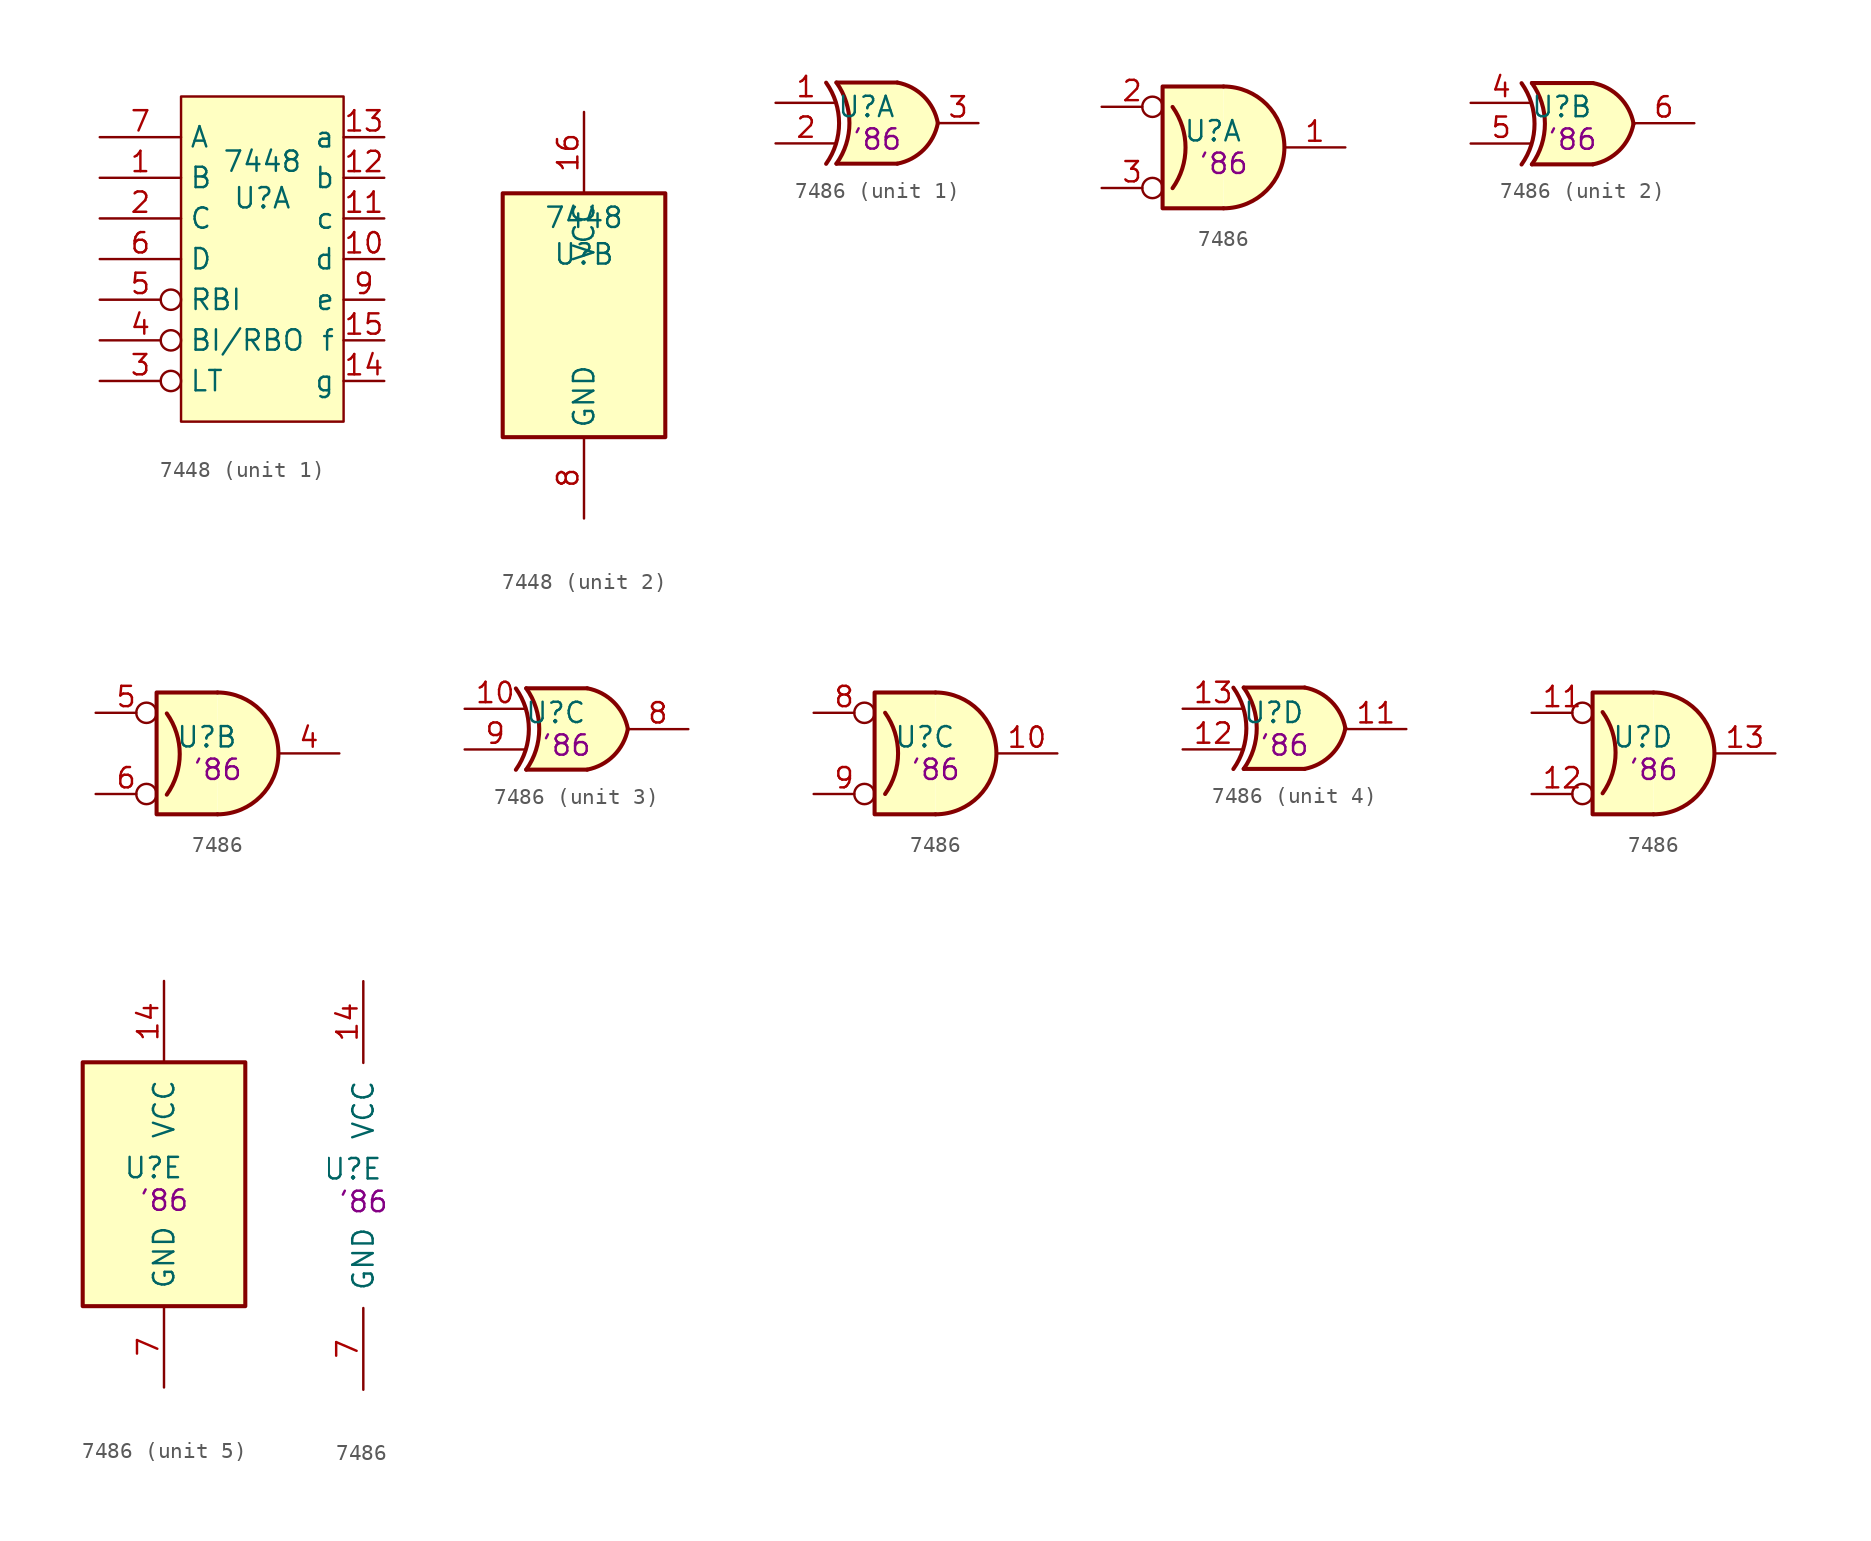
<source format=kicad_sym>
(kicad_symbol_lib
  (version 20241209)
  (generator "kicad_symbol_editor")
  (generator_version "9.0")
  (symbol "7448"
    (property "Reference" "U"
      (at 0 3.81 0)
      (effects (font (size 1.27 1.27))))
    (property "Value" "7448"
      (at 0 6.096 0)
      (effects (font (size 1.27 1.27))))
    (property "ki_locked" ""
      (at 0 0 0)
      (effects (font (size 1.27 1.27))))
    (symbol "7448_1_1"
      (rectangle (start -5.08 10.16) (end 5.08 -10.16) (stroke (width 0) (type default)) (fill (type background)))
      (pin input line (at -10.16 7.62 0) (length 5.08) (name "A" (effects (font (size 1.27 1.27)))) (number "7" (effects (font (size 1.27 1.27)))))
      (pin input line (at -10.16 5.08 0) (length 5.08) (name "B" (effects (font (size 1.27 1.27)))) (number "1" (effects (font (size 1.27 1.27)))))
      (pin input line (at -10.16 2.54 0) (length 5.08) (name "C" (effects (font (size 1.27 1.27)))) (number "2" (effects (font (size 1.27 1.27)))))
      (pin input line (at -10.16 0 0) (length 5.08) (name "D" (effects (font (size 1.27 1.27)))) (number "6" (effects (font (size 1.27 1.27)))))
      (pin input inverted (at -10.16 -2.54 0) (length 5.08) (name "RBI" (effects (font (size 1.27 1.27)))) (number "5" (effects (font (size 1.27 1.27)))))
      (pin bidirectional inverted (at -10.16 -5.08 0) (length 5.08) (name "BI/RBO" (effects (font (size 1.27 1.27)))) (number "4" (effects (font (size 1.27 1.27)))))
      (pin bidirectional inverted (at -10.16 -7.62 0) (length 5.08) (name "LT" (effects (font (size 1.27 1.27)))) (number "3" (effects (font (size 1.27 1.27)))))
      (pin output line (at 7.62 7.62 180) (length 2.54) (name "a" (effects (font (size 1.27 1.27)))) (number "13" (effects (font (size 1.27 1.27)))))
      (pin output line (at 7.62 5.08 180) (length 2.54) (name "b" (effects (font (size 1.27 1.27)))) (number "12" (effects (font (size 1.27 1.27)))))
      (pin output line (at 7.62 2.54 180) (length 2.54) (name "c" (effects (font (size 1.27 1.27)))) (number "11" (effects (font (size 1.27 1.27)))))
      (pin output line (at 7.62 0 180) (length 2.54) (name "d" (effects (font (size 1.27 1.27)))) (number "10" (effects (font (size 1.27 1.27)))))
      (pin output line (at 7.62 -2.54 180) (length 2.54) (name "e" (effects (font (size 1.27 1.27)))) (number "9" (effects (font (size 1.27 1.27)))))
      (pin output line (at 7.62 -5.08 180) (length 2.54) (name "f" (effects (font (size 1.27 1.27)))) (number "15" (effects (font (size 1.27 1.27)))))
      (pin output line (at 7.62 -7.62 180) (length 2.54) (name "g" (effects (font (size 1.27 1.27)))) (number "14" (effects (font (size 1.27 1.27))))))
    (symbol "7448_2_0"
      (pin power_in line (at 0 12.7 270) (length 5.08) (name "VCC" (effects (font (size 1.27 1.27)))) (number "16" (effects (font (size 1.27 1.27)))))
      (pin power_in line (at 0 -12.7 90) (length 5.08) (name "GND" (effects (font (size 1.27 1.27)))) (number "8" (effects (font (size 1.27 1.27))))))
    (symbol "7448_2_1"
      (rectangle (start -5.08 7.62) (end 5.08 -7.62) (stroke (width 0.254) (type default)) (fill (type background)))))
  (symbol "7486"
    (pin_names
      (offset 1.016))
    (property "Reference" "U"
      (at -0.667 1.02 0)
      (effects (font (size 1.27 1.27))))
    (property "Val" "'86"
      (at 0 -1.016 0)
      (effects (font (size 1.27 1.27))))
    (property "ki_locked" ""
      (at 0 0 0)
      (effects (font (size 1.27 1.27))))
    (symbol "7486_1_0"
      (arc (start -3.1855 2.5309) (mid -2.3746 -0.0091) (end -3.1855 -2.5491) (stroke (width 0.254) (type default)) (fill (type none))))
    (symbol "7486_1_1"
      (arc (start -2.54 2.54) (mid -1.726 0) (end -2.54 -2.54) (stroke (width 0.254) (type default)) (fill (type none)))
      (polyline (pts (xy -2.54 2.54) (xy 1.27 2.54)) (stroke (width 0.254) (type default)) (fill (type background)))
      (polyline (pts (xy -2.54 2.54) (xy 1.27 2.54) (xy 1.27 -2.54) (xy -2.54 -2.54) (xy -1.893 -1.262) (xy -1.679 -0.002) (xy -1.917 1.329) (xy -2.54 2.54)) (stroke (width -0.0001) (type default)) (fill (type background)))
      (polyline (pts (xy -2.54 -2.54) (xy 1.27 -2.54)) (stroke (width 0.254) (type default)) (fill (type background)))
      (arc (start 3.81 0) (mid 2.9302 -1.6602) (end 1.27 -2.54) (stroke (width 0.254) (type default)) (fill (type background)))
      (arc (start 1.27 2.54) (mid 2.9351 1.6651) (end 3.81 0) (stroke (width 0.254) (type default)) (fill (type background)))
      (pin input line (at -6.35 1.27 0) (length 3.81) (name "~" (effects (font (size 1.27 1.27)))) (number "1" (effects (font (size 1.27 1.27)))))
      (pin input line (at -6.35 -1.27 0) (length 3.81) (name "~" (effects (font (size 1.27 1.27)))) (number "2" (effects (font (size 1.27 1.27)))))
      (pin output line (at 6.35 0 180) (length 2.54) (name "~" (effects (font (size 1.27 1.27)))) (number "3" (effects (font (size 1.27 1.27))))))
    (symbol "7486_1_2"
      (arc (start 0 3.81) (mid 3.7934 0) (end 0 -3.81) (stroke (width 0.254) (type default)) (fill (type background)))
      (polyline (pts (xy 0 3.81) (xy -3.81 3.81) (xy -3.81 -3.81) (xy 0 -3.81)) (stroke (width 0.254) (type default)) (fill (type background)))
      (pin input inverted (at -7.62 2.54 0) (length 3.81) (name "~" (effects (font (size 1.27 1.27)))) (number "2" (effects (font (size 1.27 1.27)))))
      (pin input inverted (at -7.62 -2.54 0) (length 3.81) (name "~" (effects (font (size 1.27 1.27)))) (number "3" (effects (font (size 1.27 1.27)))))
      (pin output line (at 7.62 0 180) (length 3.81) (name "~" (effects (font (size 1.27 1.27)))) (number "1" (effects (font (size 1.27 1.27))))))
    (symbol "7486_2_0"
      (arc (start -3.1721 2.4996) (mid -2.3612 -0.0404) (end -3.1721 -2.5804) (stroke (width 0.254) (type default)) (fill (type none))))
    (symbol "7486_2_1"
      (arc (start -2.5266 2.5087) (mid -1.7126 -0.0313) (end -2.5266 -2.5713) (stroke (width 0.254) (type default)) (fill (type none)))
      (polyline (pts (xy -2.527 2.509) (xy 1.283 2.509)) (stroke (width 0.254) (type default)) (fill (type background)))
      (polyline (pts (xy -2.527 2.509) (xy 1.283 2.509) (xy 1.283 -2.571) (xy -2.527 -2.571) (xy -1.88 -1.293) (xy -1.666 -0.033) (xy -1.904 1.298) (xy -2.527 2.509)) (stroke (width -0.0001) (type default)) (fill (type background)))
      (polyline (pts (xy -2.527 -2.571) (xy 1.283 -2.571)) (stroke (width 0.254) (type default)) (fill (type background)))
      (arc (start 3.8234 -0.0313) (mid 2.9436 -1.6915) (end 1.2834 -2.5713) (stroke (width 0.254) (type default)) (fill (type background)))
      (arc (start 1.2834 2.5087) (mid 2.9486 1.6339) (end 3.8234 -0.0313) (stroke (width 0.254) (type default)) (fill (type background)))
      (pin input line (at -6.35 1.27 0) (length 3.81) (name "~" (effects (font (size 1.27 1.27)))) (number "4" (effects (font (size 1.27 1.27)))))
      (pin input line (at -6.35 -1.27 0) (length 3.81) (name "~" (effects (font (size 1.27 1.27)))) (number "5" (effects (font (size 1.27 1.27)))))
      (pin output line (at 7.62 0 180) (length 3.81) (name "~" (effects (font (size 1.27 1.27)))) (number "6" (effects (font (size 1.27 1.27))))))
    (symbol "7486_2_2"
      (arc (start 0 3.81) (mid 3.7934 0) (end 0 -3.81) (stroke (width 0.254) (type default)) (fill (type background)))
      (polyline (pts (xy 0 3.81) (xy -3.81 3.81) (xy -3.81 -3.81) (xy 0 -3.81)) (stroke (width 0.254) (type default)) (fill (type background)))
      (pin input inverted (at -7.62 2.54 0) (length 3.81) (name "~" (effects (font (size 1.27 1.27)))) (number "5" (effects (font (size 1.27 1.27)))))
      (pin input inverted (at -7.62 -2.54 0) (length 3.81) (name "~" (effects (font (size 1.27 1.27)))) (number "6" (effects (font (size 1.27 1.27)))))
      (pin output line (at 7.62 0 180) (length 3.81) (name "~" (effects (font (size 1.27 1.27)))) (number "4" (effects (font (size 1.27 1.27))))))
    (symbol "7486_3_0"
      (arc (start -3.1519 2.5411) (mid -2.341 0.0011) (end -3.1519 -2.5389) (stroke (width 0.254) (type default)) (fill (type none))))
    (symbol "7486_3_1"
      (arc (start -2.5064 2.5502) (mid -1.6924 0.0102) (end -2.5064 -2.5298) (stroke (width 0.254) (type default)) (fill (type none)))
      (polyline (pts (xy -2.506 2.55) (xy 1.304 2.55)) (stroke (width 0.254) (type default)) (fill (type background)))
      (polyline (pts (xy -2.506 2.55) (xy 1.304 2.55) (xy 1.304 -2.53) (xy -2.506 -2.53) (xy -1.86 -1.251) (xy -1.646 0.008) (xy -1.883 1.339) (xy -2.506 2.55)) (stroke (width -0.0001) (type default)) (fill (type background)))
      (polyline (pts (xy -2.506 -2.53) (xy 1.304 -2.53)) (stroke (width 0.254) (type default)) (fill (type background)))
      (arc (start 3.8436 0.0102) (mid 2.9638 -1.6499) (end 1.3036 -2.5298) (stroke (width 0.254) (type default)) (fill (type background)))
      (arc (start 1.3036 2.5502) (mid 2.9687 1.6753) (end 3.8436 0.0102) (stroke (width 0.254) (type default)) (fill (type background)))
      (pin input line (at -6.35 1.27 0) (length 3.81) (name "~" (effects (font (size 1.27 1.27)))) (number "10" (effects (font (size 1.27 1.27)))))
      (pin input line (at -6.35 -1.27 0) (length 3.81) (name "~" (effects (font (size 1.27 1.27)))) (number "9" (effects (font (size 1.27 1.27)))))
      (pin output line (at 7.62 0 180) (length 3.81) (name "~" (effects (font (size 1.27 1.27)))) (number "8" (effects (font (size 1.27 1.27))))))
    (symbol "7486_3_2"
      (arc (start 0 3.81) (mid 3.7934 0) (end 0 -3.81) (stroke (width 0.254) (type default)) (fill (type background)))
      (polyline (pts (xy 0 3.81) (xy -3.81 3.81) (xy -3.81 -3.81) (xy 0 -3.81)) (stroke (width 0.254) (type default)) (fill (type background)))
      (pin input inverted (at -7.62 2.54 0) (length 3.81) (name "~" (effects (font (size 1.27 1.27)))) (number "8" (effects (font (size 1.27 1.27)))))
      (pin input inverted (at -7.62 -2.54 0) (length 3.81) (name "~" (effects (font (size 1.27 1.27)))) (number "9" (effects (font (size 1.27 1.27)))))
      (pin output line (at 7.62 0 180) (length 3.81) (name "~" (effects (font (size 1.27 1.27)))) (number "10" (effects (font (size 1.27 1.27))))))
    (symbol "7486_4_0"
      (arc (start -3.1832 2.5838) (mid -2.3723 0.0438) (end -3.1832 -2.4962) (stroke (width 0.254) (type default)) (fill (type none))))
    (symbol "7486_4_1"
      (arc (start -2.5377 2.5929) (mid -1.7237 0.0529) (end -2.5377 -2.4871) (stroke (width 0.254) (type default)) (fill (type none)))
      (polyline (pts (xy -2.538 2.593) (xy 1.272 2.593)) (stroke (width 0.254) (type default)) (fill (type background)))
      (polyline (pts (xy -2.538 2.593) (xy 1.272 2.593) (xy 1.272 -2.487) (xy -2.538 -2.487) (xy -1.891 -1.209) (xy -1.677 0.051) (xy -1.915 1.382) (xy -2.538 2.593)) (stroke (width -0.0001) (type default)) (fill (type background)))
      (polyline (pts (xy -2.538 -2.487) (xy 1.272 -2.487)) (stroke (width 0.254) (type default)) (fill (type background)))
      (arc (start 3.8123 0.0529) (mid 2.9325 -1.6073) (end 1.2723 -2.4871) (stroke (width 0.254) (type default)) (fill (type background)))
      (arc (start 1.2723 2.5929) (mid 2.9374 1.718) (end 3.8123 0.0529) (stroke (width 0.254) (type default)) (fill (type background)))
      (pin input line (at -6.35 1.27 0) (length 3.81) (name "~" (effects (font (size 1.27 1.27)))) (number "13" (effects (font (size 1.27 1.27)))))
      (pin input line (at -6.35 -1.27 0) (length 3.81) (name "~" (effects (font (size 1.27 1.27)))) (number "12" (effects (font (size 1.27 1.27)))))
      (pin output line (at 7.62 0 180) (length 3.81) (name "~" (effects (font (size 1.27 1.27)))) (number "11" (effects (font (size 1.27 1.27))))))
    (symbol "7486_4_2"
      (arc (start 0 3.81) (mid 3.7934 0) (end 0 -3.81) (stroke (width 0.254) (type default)) (fill (type background)))
      (polyline (pts (xy 0 3.81) (xy -3.81 3.81) (xy -3.81 -3.81) (xy 0 -3.81)) (stroke (width 0.254) (type default)) (fill (type background)))
      (pin input inverted (at -7.62 2.54 0) (length 3.81) (name "~" (effects (font (size 1.27 1.27)))) (number "11" (effects (font (size 1.27 1.27)))))
      (pin input inverted (at -7.62 -2.54 0) (length 3.81) (name "~" (effects (font (size 1.27 1.27)))) (number "12" (effects (font (size 1.27 1.27)))))
      (pin output line (at 7.62 0 180) (length 3.81) (name "~" (effects (font (size 1.27 1.27)))) (number "13" (effects (font (size 1.27 1.27))))))
    (symbol "7486_5_0"
      (pin power_in line (at 0 12.7 270) (length 5.08) (name "VCC" (effects (font (size 1.27 1.27)))) (number "14" (effects (font (size 1.27 1.27)))))
      (pin power_in line (at 0 -12.7 90) (length 5.08) (name "GND" (effects (font (size 1.27 1.27)))) (number "7" (effects (font (size 1.27 1.27))))))
    (symbol "7486_5_1"
      (rectangle (start -5.08 7.62) (end 5.08 -7.62) (stroke (width 0.254) (type default)) (fill (type background))))))
</source>
